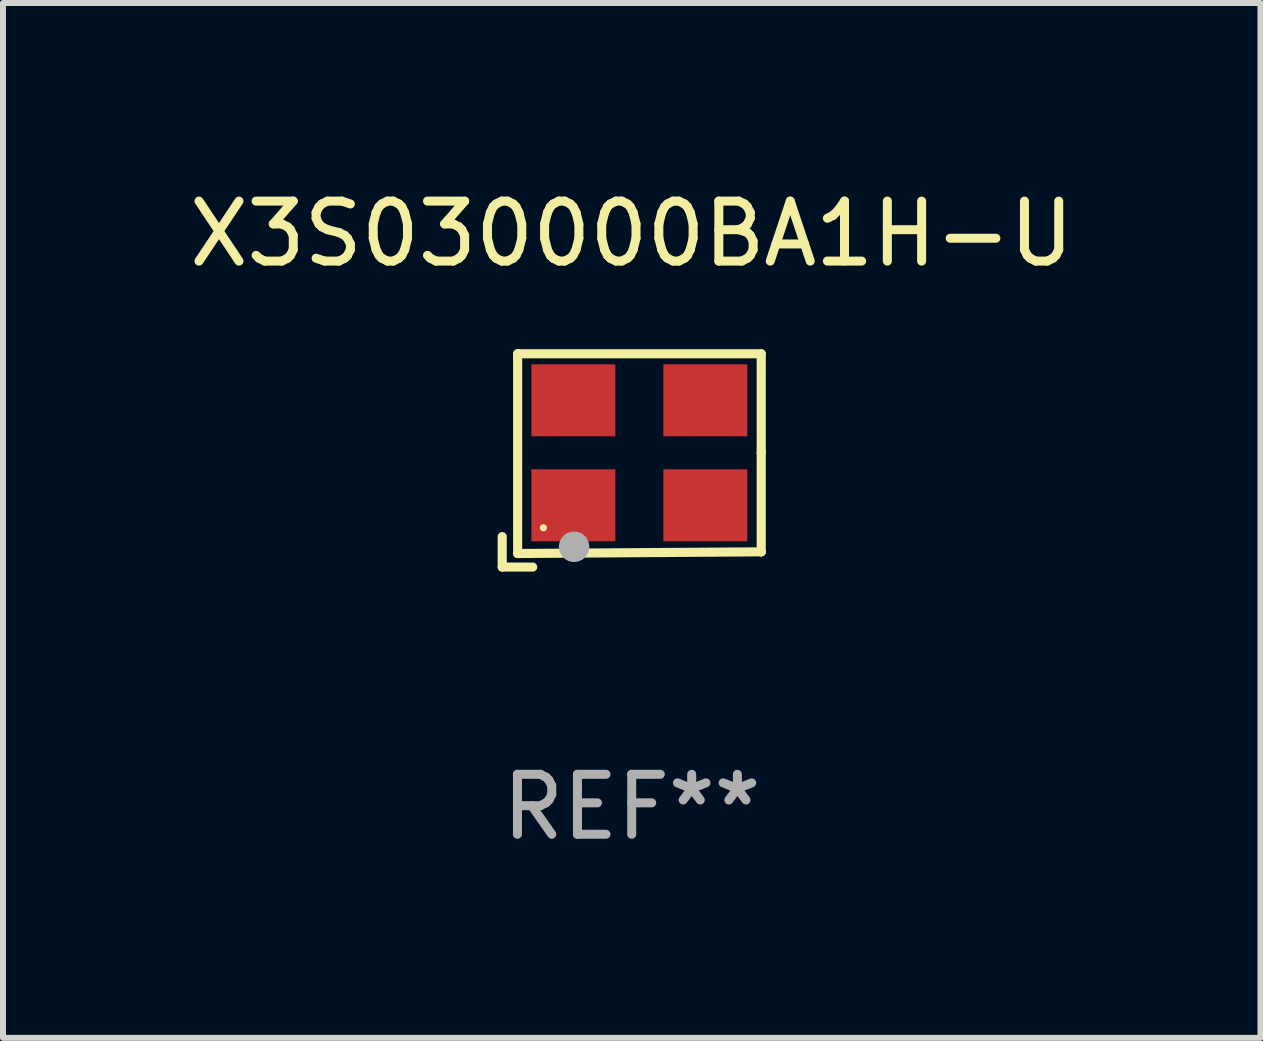
<source format=kicad_pcb>
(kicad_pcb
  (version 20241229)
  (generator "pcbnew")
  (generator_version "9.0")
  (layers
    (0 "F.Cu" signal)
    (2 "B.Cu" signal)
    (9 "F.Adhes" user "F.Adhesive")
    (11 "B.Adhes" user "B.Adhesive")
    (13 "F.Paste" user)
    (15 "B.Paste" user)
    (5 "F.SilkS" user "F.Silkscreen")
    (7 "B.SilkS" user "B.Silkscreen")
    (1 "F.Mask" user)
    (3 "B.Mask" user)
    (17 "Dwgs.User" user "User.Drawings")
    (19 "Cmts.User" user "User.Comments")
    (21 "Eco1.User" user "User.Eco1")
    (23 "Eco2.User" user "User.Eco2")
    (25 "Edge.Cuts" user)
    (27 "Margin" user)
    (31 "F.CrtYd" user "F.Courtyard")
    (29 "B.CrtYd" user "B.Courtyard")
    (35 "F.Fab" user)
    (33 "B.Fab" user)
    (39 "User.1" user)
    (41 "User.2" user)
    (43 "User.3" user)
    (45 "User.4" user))
  (footprint "X3S030000BA1H-U"
    (layer "F.Cu")
    (at 7.482 4.626)
    (property "Reference" "X3S030000BA1H-U" (at 0 -3.778 0) (layer "F.SilkS") (effects (font (size 1 1) (thickness 0.15))))
    (attr through_hole)
    (fp_line (start -2.159 1.27) (end -2.159 1.778) (stroke (width 0.152) (type solid)) (layer "F.SilkS"))
    (fp_line (start -2.159 1.778) (end -1.651 1.778) (stroke (width 0.152) (type solid)) (layer "F.SilkS"))
    (fp_line (start -1.902 -1.778) (end 2.159 -1.778) (stroke (width 0.152) (type solid)) (layer "F.SilkS"))
    (fp_line (start -1.902 1.552) (end -1.902 -1.778) (stroke (width 0.152) (type solid)) (layer "F.SilkS"))
    (fp_line (start 2.159 -1.778) (end 2.159 -0.127) (stroke (width 0.152) (type solid)) (layer "F.SilkS"))
    (fp_line (start 2.159 -0.127) (end 2.159 1.524) (stroke (width 0.152) (type solid)) (layer "F.SilkS"))
    (fp_line (start 2.159 1.524) (end -1.902 1.552) (stroke (width 0.152) (type solid)) (layer "F.SilkS"))
    (fp_line (start 2.159 1.524) (end 2.159 1.524) (stroke (width 0.152) (type solid)) (layer "F.SilkS"))
    (fp_circle (center -1.473 1.123) (end -1.443 1.123) (stroke (width 0.06) (type solid)) (fill no) (layer "F.SilkS"))
    (fp_circle (center -0.961 1.44) (end -0.834 1.44) (stroke (width 0.254) (type solid)) (fill no) (layer "F.Fab"))
    (fp_text user "REF**" (at 0 5.778 0) (layer "F.Fab") (effects (font (size 1 1) (thickness 0.15))))
    (pad "1" smd rect (at -0.973 0.748) (size 1.4 1.2) (layers "F.Cu" "F.Mask" "F.Paste"))
    (pad "2" smd rect (at 1.227 0.748) (size 1.4 1.2) (layers "F.Cu" "F.Mask" "F.Paste"))
    (pad "3" smd rect (at 1.227 -1.002) (size 1.4 1.2) (layers "F.Cu" "F.Mask" "F.Paste"))
    (pad "4" smd rect (at -0.973 -1.002) (size 1.4 1.2) (layers "F.Cu" "F.Mask" "F.Paste")))
  (gr_rect
    (start -3 -3)
    (end 17.964 14.253)
    (stroke (width 0.1) (type default))
    (fill no)
    (layer "Edge.Cuts")))
</source>
